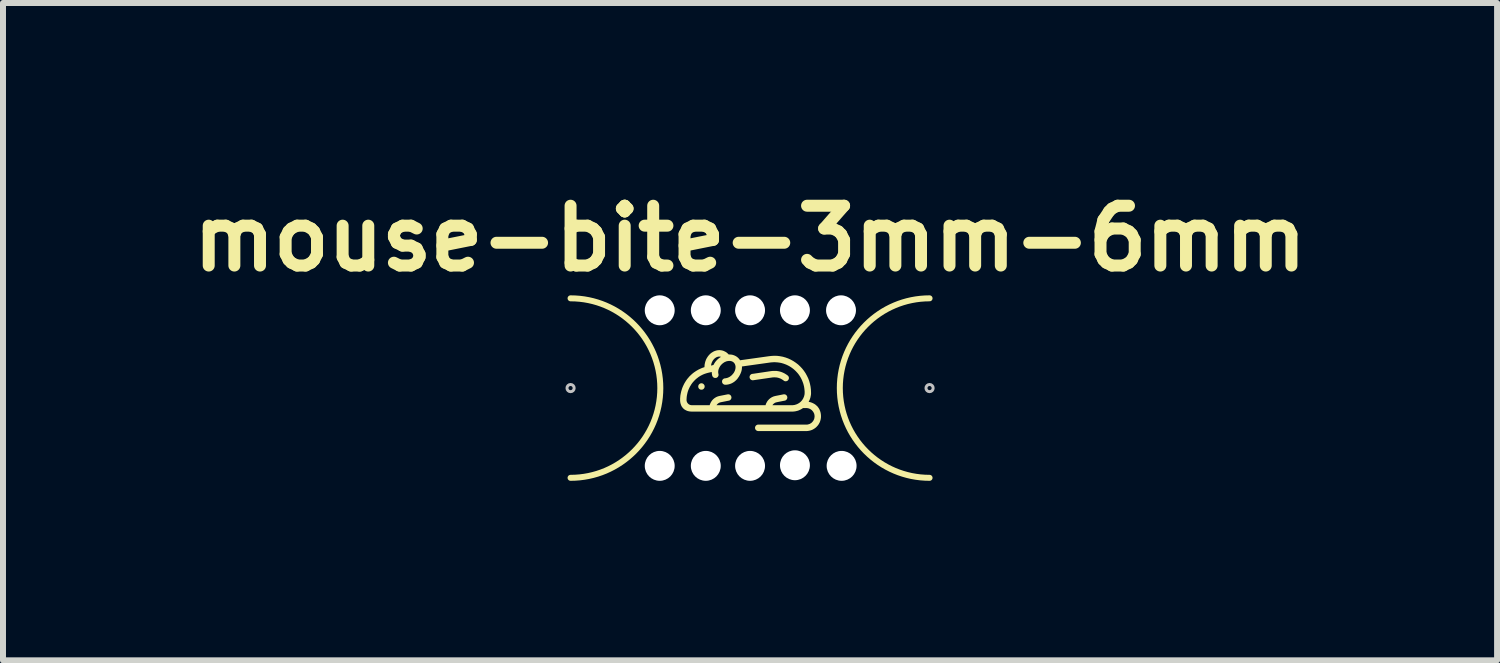
<source format=kicad_pcb>
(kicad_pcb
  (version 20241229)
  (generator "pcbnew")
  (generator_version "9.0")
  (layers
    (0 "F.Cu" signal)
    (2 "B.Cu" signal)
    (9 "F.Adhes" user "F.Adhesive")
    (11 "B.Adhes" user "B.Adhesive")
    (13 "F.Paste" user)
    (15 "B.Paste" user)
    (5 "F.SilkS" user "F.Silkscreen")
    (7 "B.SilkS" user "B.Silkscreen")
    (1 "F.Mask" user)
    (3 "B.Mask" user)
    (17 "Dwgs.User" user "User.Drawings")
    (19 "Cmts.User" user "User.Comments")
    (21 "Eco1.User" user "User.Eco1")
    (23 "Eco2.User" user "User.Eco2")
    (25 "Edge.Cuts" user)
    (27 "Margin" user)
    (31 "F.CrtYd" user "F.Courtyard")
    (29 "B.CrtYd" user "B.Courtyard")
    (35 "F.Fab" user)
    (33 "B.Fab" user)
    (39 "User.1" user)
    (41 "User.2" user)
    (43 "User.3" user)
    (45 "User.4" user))
  (footprint "mouse-bite-3mm-6mm"
    (layer "F.Cu")
    (at 9.486 3.436)
    (property "Reference" "mouse-bite-3mm-6mm" (at 0 -2.5 0) (layer "F.SilkS") (effects (font (size 1 1) (thickness 0.2))))
    (attr through_hole)
    (fp_arc (start -3 -1.5) (mid -1.5 0) (end -3 1.5) (stroke (width 0.1) (type solid)) (layer "F.SilkS"))
    (fp_arc (start 3 1.5) (mid 1.5 0) (end 3 -1.5) (stroke (width 0.1) (type solid)) (layer "F.SilkS"))
    (fp_poly (pts (xy -0.81 -0.08) (xy -0.807 -0.08) (xy -0.805 -0.079) (xy -0.802 -0.079) (xy -0.799 -0.078) (xy -0.797 -0.078) (xy -0.794 -0.077) (xy -0.792 -0.076) (xy -0.789 -0.075) (xy -0.787 -0.074) (xy -0.785 -0.072) (xy -0.783 -0.071) (xy -0.781 -0.069) (xy -0.779 -0.068) (xy -0.777 -0.066) (xy -0.775 -0.064) (xy -0.773 -0.062) (xy -0.771 -0.061) (xy -0.77 -0.058) (xy -0.768 -0.056) (xy -0.767 -0.054) (xy -0.766 -0.052) (xy -0.764 -0.05) (xy -0.763 -0.047) (xy -0.762 -0.045) (xy -0.761 -0.042) (xy -0.761 -0.04) (xy -0.76 -0.037) (xy -0.76 -0.035) (xy -0.759 -0.032) (xy -0.759 -0.029) (xy -0.759 -0.026) (xy -0.759 -0.024) (xy -0.759 -0.021) (xy -0.76 -0.018) (xy -0.76 -0.016) (xy -0.761 -0.013) (xy -0.761 -0.01) (xy -0.762 -0.008) (xy -0.763 -0.005) (xy -0.764 -0.003) (xy -0.766 -0.001) (xy -0.767 0.001) (xy -0.768 0.004) (xy -0.77 0.006) (xy -0.771 0.008) (xy -0.773 0.01) (xy -0.775 0.012) (xy -0.777 0.013) (xy -0.779 0.015) (xy -0.781 0.017) (xy -0.783 0.018) (xy -0.785 0.02) (xy -0.787 0.021) (xy -0.789 0.022) (xy -0.792 0.023) (xy -0.794 0.024) (xy -0.797 0.025) (xy -0.799 0.026) (xy -0.802 0.026) (xy -0.805 0.027) (xy -0.807 0.027) (xy -0.81 0.027) (xy -0.813 0.027) (xy -0.816 0.027) (xy -0.818 0.027) (xy -0.821 0.027) (xy -0.824 0.026) (xy -0.826 0.026) (xy -0.829 0.025) (xy -0.831 0.024) (xy -0.834 0.023) (xy -0.836 0.022) (xy -0.838 0.021) (xy -0.841 0.02) (xy -0.843 0.018) (xy -0.845 0.017) (xy -0.847 0.015) (xy -0.849 0.013) (xy -0.851 0.012) (xy -0.853 0.01) (xy -0.854 0.008) (xy -0.856 0.006) (xy -0.857 0.004) (xy -0.859 0.001) (xy -0.86 -0.001) (xy -0.861 -0.003) (xy -0.862 -0.005) (xy -0.863 -0.008) (xy -0.864 -0.01) (xy -0.865 -0.013) (xy -0.865 -0.016) (xy -0.866 -0.018) (xy -0.866 -0.021) (xy -0.866 -0.024) (xy -0.866 -0.026) (xy -0.866 -0.029) (xy -0.866 -0.032) (xy -0.866 -0.035) (xy -0.865 -0.037) (xy -0.865 -0.04) (xy -0.864 -0.042) (xy -0.863 -0.045) (xy -0.862 -0.047) (xy -0.861 -0.05) (xy -0.86 -0.052) (xy -0.859 -0.054) (xy -0.857 -0.056) (xy -0.856 -0.058) (xy -0.854 -0.061) (xy -0.853 -0.062) (xy -0.851 -0.064) (xy -0.849 -0.066) (xy -0.847 -0.068) (xy -0.845 -0.069) (xy -0.843 -0.071) (xy -0.841 -0.072) (xy -0.838 -0.074) (xy -0.836 -0.075) (xy -0.834 -0.076) (xy -0.831 -0.077) (xy -0.829 -0.078) (xy -0.826 -0.078) (xy -0.824 -0.079) (xy -0.821 -0.079) (xy -0.818 -0.08) (xy -0.816 -0.08) (xy -0.813 -0.08)) (stroke (width -0.000001) (type solid)) (fill yes) (layer "F.SilkS"))
    (fp_poly (pts (xy 0.416 -0.287) (xy 0.426 -0.287) (xy 0.437 -0.286) (xy 0.446 -0.286) (xy 0.456 -0.284) (xy 0.466 -0.283) (xy 0.476 -0.281) (xy 0.485 -0.279) (xy 0.495 -0.277) (xy 0.504 -0.274) (xy 0.513 -0.272) (xy 0.521 -0.269) (xy 0.529 -0.266) (xy 0.537 -0.263) (xy 0.544 -0.26) (xy 0.552 -0.257) (xy 0.559 -0.253) (xy 0.567 -0.249) (xy 0.574 -0.246) (xy 0.581 -0.242) (xy 0.588 -0.238) (xy 0.595 -0.233) (xy 0.602 -0.229) (xy 0.609 -0.224) (xy 0.616 -0.22) (xy 0.622 -0.215) (xy 0.629 -0.21) (xy 0.631 -0.208) (xy 0.633 -0.206) (xy 0.635 -0.204) (xy 0.637 -0.202) (xy 0.638 -0.2) (xy 0.64 -0.198) (xy 0.641 -0.196) (xy 0.642 -0.194) (xy 0.644 -0.191) (xy 0.645 -0.189) (xy 0.646 -0.186) (xy 0.647 -0.184) (xy 0.647 -0.181) (xy 0.648 -0.179) (xy 0.648 -0.176) (xy 0.649 -0.174) (xy 0.649 -0.171) (xy 0.649 -0.169) (xy 0.649 -0.166) (xy 0.649 -0.164) (xy 0.649 -0.161) (xy 0.648 -0.158) (xy 0.648 -0.156) (xy 0.647 -0.153) (xy 0.646 -0.151) (xy 0.645 -0.148) (xy 0.644 -0.146) (xy 0.643 -0.143) (xy 0.642 -0.141) (xy 0.641 -0.139) (xy 0.639 -0.137) (xy 0.637 -0.134) (xy 0.635 -0.132) (xy 0.633 -0.13) (xy 0.631 -0.127) (xy 0.629 -0.125) (xy 0.626 -0.124) (xy 0.624 -0.122) (xy 0.621 -0.12) (xy 0.618 -0.119) (xy 0.616 -0.118) (xy 0.613 -0.117) (xy 0.61 -0.116) (xy 0.607 -0.115) (xy 0.604 -0.115) (xy 0.601 -0.114) (xy 0.598 -0.114) (xy 0.595 -0.114) (xy 0.592 -0.114) (xy 0.589 -0.114) (xy 0.587 -0.114) (xy 0.584 -0.115) (xy 0.582 -0.115) (xy 0.58 -0.116) (xy 0.578 -0.116) (xy 0.576 -0.117) (xy 0.574 -0.118) (xy 0.572 -0.118) (xy 0.571 -0.119) (xy 0.569 -0.12) (xy 0.567 -0.122) (xy 0.565 -0.123) (xy 0.564 -0.124) (xy 0.562 -0.126) (xy 0.557 -0.129) (xy 0.552 -0.133) (xy 0.548 -0.136) (xy 0.543 -0.139) (xy 0.538 -0.142) (xy 0.533 -0.145) (xy 0.528 -0.148) (xy 0.523 -0.151) (xy 0.518 -0.154) (xy 0.513 -0.156) (xy 0.508 -0.159) (xy 0.502 -0.161) (xy 0.497 -0.163) (xy 0.491 -0.165) (xy 0.486 -0.167) (xy 0.48 -0.169) (xy 0.476 -0.17) (xy 0.472 -0.171) (xy 0.468 -0.173) (xy 0.463 -0.174) (xy 0.454 -0.175) (xy 0.446 -0.177) (xy 0.436 -0.178) (xy 0.427 -0.179) (xy 0.418 -0.179) (xy 0.408 -0.18) (xy 0.4 -0.18) (xy 0.393 -0.179) (xy 0.388 -0.179) (xy 0.384 -0.179) (xy 0.381 -0.179) (xy 0.377 -0.178) (xy 0.369 -0.177) (xy 0.053 -0.131) (xy 0.05 -0.131) (xy 0.048 -0.131) (xy 0.045 -0.131) (xy 0.042 -0.131) (xy 0.04 -0.131) (xy 0.037 -0.131) (xy 0.034 -0.132) (xy 0.032 -0.132) (xy 0.029 -0.133) (xy 0.027 -0.134) (xy 0.025 -0.135) (xy 0.022 -0.136) (xy 0.02 -0.137) (xy 0.018 -0.138) (xy 0.015 -0.14) (xy 0.013 -0.141) (xy 0.011 -0.143) (xy 0.009 -0.145) (xy 0.008 -0.146) (xy 0.006 -0.148) (xy 0.004 -0.15) (xy 0.002 -0.152) (xy 0.001 -0.154) (xy -0.00047 -0.157) (xy -0.002 -0.159) (xy -0.003 -0.161) (xy -0.004 -0.164) (xy -0.005 -0.166) (xy -0.006 -0.169) (xy -0.007 -0.171) (xy -0.007 -0.174) (xy -0.008 -0.177) (xy -0.008 -0.179) (xy -0.008 -0.182) (xy -0.008 -0.185) (xy -0.008 -0.188) (xy -0.008 -0.19) (xy -0.008 -0.193) (xy -0.007 -0.195) (xy -0.006 -0.198) (xy -0.006 -0.2) (xy -0.005 -0.203) (xy -0.004 -0.205) (xy -0.003 -0.208) (xy -0.002 -0.21) (xy -0.000368 -0.212) (xy 0.001 -0.214) (xy 0.003 -0.216) (xy 0.004 -0.219) (xy 0.006 -0.22) (xy 0.008 -0.222) (xy 0.009 -0.224) (xy 0.011 -0.226) (xy 0.013 -0.227) (xy 0.016 -0.229) (xy 0.018 -0.23) (xy 0.02 -0.232) (xy 0.022 -0.233) (xy 0.025 -0.234) (xy 0.027 -0.235) (xy 0.03 -0.236) (xy 0.032 -0.236) (xy 0.035 -0.237) (xy 0.038 -0.237) (xy 0.354 -0.284) (xy 0.365 -0.285) (xy 0.375 -0.286) (xy 0.386 -0.287) (xy 0.396 -0.287) (xy 0.406 -0.287)) (stroke (width -0.000001) (type solid)) (fill yes) (layer "F.SilkS"))
    (fp_poly (pts (xy -0.496 -0.633) (xy -0.484 -0.632) (xy -0.475 -0.63) (xy -0.466 -0.628) (xy -0.457 -0.626) (xy -0.448 -0.623) (xy -0.44 -0.62) (xy -0.431 -0.616) (xy -0.423 -0.612) (xy -0.415 -0.608) (xy -0.407 -0.604) (xy -0.399 -0.599) (xy -0.391 -0.593) (xy -0.384 -0.587) (xy -0.377 -0.581) (xy -0.37 -0.575) (xy -0.363 -0.568) (xy -0.357 -0.561) (xy -0.348 -0.562) (xy -0.339 -0.561) (xy -0.33 -0.561) (xy -0.321 -0.56) (xy -0.312 -0.559) (xy -0.304 -0.558) (xy -0.295 -0.556) (xy -0.287 -0.554) (xy -0.279 -0.551) (xy -0.27 -0.549) (xy -0.262 -0.545) (xy -0.255 -0.542) (xy -0.247 -0.538) (xy -0.239 -0.534) (xy -0.232 -0.53) (xy -0.225 -0.525) (xy -0.22 -0.522) (xy -0.216 -0.519) (xy -0.212 -0.516) (xy -0.208 -0.512) (xy -0.204 -0.509) (xy -0.2 -0.505) (xy -0.196 -0.502) (xy -0.193 -0.498) (xy -0.189 -0.494) (xy -0.186 -0.49) (xy -0.182 -0.486) (xy -0.179 -0.482) (xy -0.176 -0.478) (xy -0.173 -0.474) (xy -0.17 -0.469) (xy -0.167 -0.465) (xy 0.319 -0.533) (xy 0.337 -0.535) (xy 0.354 -0.537) (xy 0.372 -0.538) (xy 0.389 -0.539) (xy 0.406 -0.54) (xy 0.423 -0.539) (xy 0.441 -0.539) (xy 0.458 -0.538) (xy 0.475 -0.536) (xy 0.492 -0.534) (xy 0.509 -0.531) (xy 0.525 -0.528) (xy 0.542 -0.525) (xy 0.558 -0.521) (xy 0.574 -0.516) (xy 0.59 -0.512) (xy 0.637 -0.495) (xy 0.682 -0.474) (xy 0.725 -0.45) (xy 0.765 -0.423) (xy 0.803 -0.394) (xy 0.838 -0.361) (xy 0.871 -0.326) (xy 0.9 -0.289) (xy 0.927 -0.249) (xy 0.95 -0.207) (xy 0.971 -0.164) (xy 0.988 -0.119) (xy 1.001 -0.072) (xy 1.011 -0.024) (xy 1.017 0.025) (xy 1.019 0.074) (xy 1.019 0.085) (xy 1.019 0.096) (xy 1.018 0.106) (xy 1.017 0.116) (xy 1.015 0.126) (xy 1.013 0.136) (xy 1.011 0.146) (xy 1.009 0.156) (xy 1.006 0.166) (xy 1.003 0.175) (xy 1 0.185) (xy 0.996 0.194) (xy 0.992 0.203) (xy 0.988 0.212) (xy 0.983 0.221) (xy 0.979 0.23) (xy 1 0.234) (xy 1.021 0.24) (xy 1.041 0.248) (xy 1.06 0.257) (xy 1.069 0.262) (xy 1.078 0.267) (xy 1.087 0.273) (xy 1.095 0.279) (xy 1.103 0.286) (xy 1.111 0.293) (xy 1.119 0.3) (xy 1.126 0.307) (xy 1.133 0.315) (xy 1.139 0.324) (xy 1.145 0.332) (xy 1.151 0.341) (xy 1.156 0.35) (xy 1.161 0.36) (xy 1.165 0.37) (xy 1.169 0.38) (xy 1.173 0.391) (xy 1.176 0.401) (xy 1.179 0.412) (xy 1.181 0.424) (xy 1.183 0.436) (xy 1.184 0.448) (xy 1.185 0.46) (xy 1.185 0.472) (xy 1.185 0.485) (xy 1.184 0.497) (xy 1.182 0.51) (xy 1.18 0.522) (xy 1.177 0.534) (xy 1.174 0.545) (xy 1.17 0.557) (xy 1.166 0.568) (xy 1.161 0.579) (xy 1.155 0.589) (xy 1.15 0.6) (xy 1.143 0.61) (xy 1.136 0.619) (xy 1.129 0.629) (xy 1.121 0.637) (xy 1.113 0.646) (xy 1.105 0.654) (xy 1.096 0.662) (xy 1.086 0.669) (xy 1.077 0.676) (xy 1.067 0.682) (xy 1.057 0.688) (xy 1.046 0.694) (xy 1.035 0.699) (xy 1.024 0.703) (xy 1.013 0.707) (xy 1.001 0.71) (xy 0.989 0.713) (xy 0.977 0.715) (xy 0.965 0.717) (xy 0.952 0.718) (xy 0.94 0.718) (xy 0.137 0.718) (xy 0.134 0.718) (xy 0.131 0.718) (xy 0.129 0.717) (xy 0.126 0.717) (xy 0.123 0.716) (xy 0.121 0.715) (xy 0.118 0.715) (xy 0.116 0.714) (xy 0.114 0.713) (xy 0.111 0.711) (xy 0.109 0.71) (xy 0.107 0.709) (xy 0.105 0.707) (xy 0.103 0.706) (xy 0.101 0.704) (xy 0.099 0.702) (xy 0.097 0.7) (xy 0.095 0.698) (xy 0.094 0.696) (xy 0.092 0.694) (xy 0.091 0.692) (xy 0.09 0.69) (xy 0.088 0.687) (xy 0.087 0.685) (xy 0.086 0.683) (xy 0.086 0.68) (xy 0.085 0.678) (xy 0.084 0.675) (xy 0.084 0.672) (xy 0.083 0.67) (xy 0.083 0.667) (xy 0.083 0.664) (xy 0.083 0.661) (xy 0.083 0.659) (xy 0.084 0.656) (xy 0.084 0.653) (xy 0.085 0.651) (xy 0.086 0.648) (xy 0.086 0.646) (xy 0.087 0.643) (xy 0.088 0.641) (xy 0.09 0.639) (xy 0.091 0.636) (xy 0.092 0.634) (xy 0.094 0.632) (xy 0.095 0.63) (xy 0.097 0.628) (xy 0.099 0.626) (xy 0.101 0.624) (xy 0.103 0.623) (xy 0.105 0.621) (xy 0.107 0.62) (xy 0.109 0.618) (xy 0.111 0.617) (xy 0.114 0.616) (xy 0.116 0.615) (xy 0.118 0.614) (xy 0.121 0.613) (xy 0.123 0.612) (xy 0.126 0.612) (xy 0.129 0.611) (xy 0.131 0.611) (xy 0.134 0.611) (xy 0.137 0.61) (xy 0.94 0.61) (xy 0.947 0.61) (xy 0.954 0.61) (xy 0.961 0.609) (xy 0.968 0.608) (xy 0.974 0.606) (xy 0.981 0.604) (xy 0.987 0.602) (xy 0.994 0.6) (xy 1 0.597) (xy 1.006 0.594) (xy 1.011 0.59) (xy 1.017 0.587) (xy 1.022 0.583) (xy 1.028 0.579) (xy 1.033 0.575) (xy 1.037 0.57) (xy 1.042 0.565) (xy 1.046 0.56) (xy 1.05 0.555) (xy 1.054 0.55) (xy 1.058 0.544) (xy 1.061 0.538) (xy 1.064 0.532) (xy 1.067 0.526) (xy 1.07 0.52) (xy 1.072 0.513) (xy 1.074 0.507) (xy 1.075 0.5) (xy 1.076 0.493) (xy 1.077 0.486) (xy 1.078 0.479) (xy 1.078 0.472) (xy 1.078 0.465) (xy 1.077 0.458) (xy 1.076 0.451) (xy 1.075 0.445) (xy 1.074 0.438) (xy 1.072 0.431) (xy 1.07 0.425) (xy 1.067 0.419) (xy 1.064 0.413) (xy 1.061 0.407) (xy 1.058 0.401) (xy 1.054 0.395) (xy 1.05 0.39) (xy 1.046 0.385) (xy 1.042 0.38) (xy 1.037 0.375) (xy 1.033 0.37) (xy 1.028 0.366) (xy 1.022 0.362) (xy 1.017 0.358) (xy 1.011 0.354) (xy 1.006 0.351) (xy 1 0.348) (xy 0.994 0.345) (xy 0.987 0.343) (xy 0.981 0.34) (xy 0.974 0.339) (xy 0.968 0.337) (xy 0.961 0.336) (xy 0.954 0.335) (xy 0.947 0.334) (xy 0.94 0.334) (xy 0.885 0.334) (xy 0.875 0.341) (xy 0.865 0.347) (xy 0.855 0.353) (xy 0.844 0.359) (xy 0.833 0.364) (xy 0.822 0.369) (xy 0.811 0.374) (xy 0.799 0.378) (xy 0.788 0.381) (xy 0.776 0.384) (xy 0.764 0.387) (xy 0.752 0.389) (xy 0.739 0.391) (xy 0.727 0.392) (xy 0.714 0.393) (xy 0.701 0.393) (xy -0.975 0.393) (xy -0.995 0.392) (xy -1.004 0.391) (xy -1.014 0.39) (xy -1.023 0.388) (xy -1.032 0.386) (xy -1.041 0.384) (xy -1.05 0.381) (xy -1.059 0.377) (xy -1.067 0.374) (xy -1.075 0.37) (xy -1.083 0.365) (xy -1.091 0.361) (xy -1.098 0.356) (xy -1.105 0.35) (xy -1.112 0.344) (xy -1.119 0.338) (xy -1.125 0.331) (xy -1.13 0.324) (xy -1.136 0.317) (xy -1.141 0.309) (xy -1.146 0.301) (xy -1.15 0.292) (xy -1.154 0.283) (xy -1.157 0.274) (xy -1.16 0.264) (xy -1.163 0.254) (xy -1.165 0.244) (xy -1.167 0.233) (xy -1.168 0.222) (xy -1.169 0.21) (xy -1.169 0.199) (xy -1.062 0.199) (xy -1.062 0.203) (xy -1.061 0.208) (xy -1.061 0.212) (xy -1.06 0.216) (xy -1.059 0.22) (xy -1.058 0.225) (xy -1.056 0.229) (xy -1.055 0.233) (xy -1.053 0.236) (xy -1.051 0.24) (xy -1.049 0.244) (xy -1.047 0.247) (xy -1.044 0.251) (xy -1.042 0.254) (xy -1.039 0.257) (xy -1.036 0.26) (xy -1.033 0.263) (xy -1.03 0.266) (xy -1.027 0.269) (xy -1.023 0.271) (xy -1.02 0.273) (xy -1.016 0.275) (xy -1.012 0.277) (xy -1.008 0.279) (xy -1.005 0.281) (xy -1.001 0.282) (xy -0.996 0.283) (xy -0.992 0.284) (xy -0.988 0.285) (xy -0.984 0.285) (xy -0.979 0.286) (xy -0.975 0.286) (xy -0.675 0.286) (xy -0.671 0.272) (xy -0.665 0.258) (xy -0.659 0.245) (xy -0.652 0.232) (xy -0.644 0.22) (xy -0.636 0.208) (xy -0.626 0.197) (xy -0.616 0.186) (xy -0.605 0.177) (xy -0.594 0.168) (xy -0.581 0.16) (xy -0.569 0.152) (xy -0.555 0.146) (xy -0.541 0.14) (xy -0.527 0.136) (xy -0.512 0.132) (xy -0.376 0.105) (xy -0.373 0.104) (xy -0.37 0.104) (xy -0.368 0.104) (xy -0.365 0.104) (xy -0.362 0.104) (xy -0.36 0.104) (xy -0.357 0.104) (xy -0.354 0.105) (xy -0.352 0.105) (xy -0.349 0.106) (xy -0.347 0.107) (xy -0.344 0.108) (xy -0.342 0.109) (xy -0.34 0.11) (xy -0.338 0.111) (xy -0.335 0.113) (xy -0.333 0.114) (xy -0.331 0.116) (xy -0.329 0.118) (xy -0.327 0.119) (xy -0.326 0.121) (xy -0.324 0.123) (xy -0.322 0.125) (xy -0.321 0.127) (xy -0.319 0.129) (xy -0.318 0.132) (xy -0.317 0.134) (xy -0.316 0.137) (xy -0.315 0.139) (xy -0.314 0.142) (xy -0.313 0.144) (xy -0.312 0.147) (xy -0.312 0.15) (xy -0.312 0.152) (xy -0.311 0.155) (xy -0.311 0.158) (xy -0.311 0.16) (xy -0.312 0.163) (xy -0.312 0.166) (xy -0.312 0.168) (xy -0.313 0.171) (xy -0.314 0.173) (xy -0.315 0.176) (xy -0.316 0.178) (xy -0.317 0.181) (xy -0.318 0.183) (xy -0.319 0.185) (xy -0.32 0.187) (xy -0.322 0.189) (xy -0.323 0.191) (xy -0.325 0.193) (xy -0.327 0.195) (xy -0.329 0.197) (xy -0.331 0.199) (xy -0.333 0.2) (xy -0.335 0.202) (xy -0.337 0.203) (xy -0.339 0.205) (xy -0.342 0.206) (xy -0.344 0.207) (xy -0.347 0.208) (xy -0.349 0.209) (xy -0.352 0.21) (xy -0.355 0.21) (xy -0.491 0.237) (xy -0.496 0.239) (xy -0.502 0.24) (xy -0.507 0.242) (xy -0.512 0.244) (xy -0.517 0.246) (xy -0.522 0.249) (xy -0.526 0.252) (xy -0.531 0.255) (xy -0.535 0.258) (xy -0.539 0.261) (xy -0.543 0.265) (xy -0.547 0.269) (xy -0.55 0.273) (xy -0.554 0.277) (xy -0.557 0.281) (xy -0.56 0.286) (xy 0.259 0.286) (xy 0.263 0.272) (xy 0.268 0.258) (xy 0.275 0.245) (xy 0.282 0.232) (xy 0.289 0.22) (xy 0.298 0.208) (xy 0.308 0.197) (xy 0.318 0.186) (xy 0.329 0.177) (xy 0.34 0.168) (xy 0.353 0.16) (xy 0.365 0.152) (xy 0.379 0.146) (xy 0.393 0.14) (xy 0.407 0.136) (xy 0.422 0.132) (xy 0.558 0.105) (xy 0.561 0.104) (xy 0.564 0.104) (xy 0.566 0.104) (xy 0.569 0.104) (xy 0.572 0.104) (xy 0.574 0.104) (xy 0.577 0.104) (xy 0.58 0.105) (xy 0.582 0.105) (xy 0.585 0.106) (xy 0.587 0.107) (xy 0.59 0.108) (xy 0.592 0.109) (xy 0.594 0.11) (xy 0.596 0.111) (xy 0.599 0.113) (xy 0.601 0.114) (xy 0.603 0.116) (xy 0.605 0.118) (xy 0.607 0.119) (xy 0.608 0.121) (xy 0.61 0.123) (xy 0.612 0.125) (xy 0.613 0.127) (xy 0.615 0.129) (xy 0.616 0.132) (xy 0.617 0.134) (xy 0.618 0.137) (xy 0.619 0.139) (xy 0.62 0.142) (xy 0.621 0.144) (xy 0.622 0.147) (xy 0.622 0.15) (xy 0.622 0.152) (xy 0.623 0.155) (xy 0.623 0.158) (xy 0.623 0.16) (xy 0.622 0.163) (xy 0.622 0.166) (xy 0.622 0.168) (xy 0.621 0.171) (xy 0.62 0.173) (xy 0.619 0.176) (xy 0.618 0.178) (xy 0.617 0.181) (xy 0.616 0.183) (xy 0.615 0.185) (xy 0.614 0.187) (xy 0.612 0.189) (xy 0.611 0.191) (xy 0.609 0.193) (xy 0.607 0.195) (xy 0.605 0.197) (xy 0.603 0.199) (xy 0.601 0.2) (xy 0.599 0.202) (xy 0.597 0.203) (xy 0.595 0.205) (xy 0.592 0.206) (xy 0.59 0.207) (xy 0.587 0.208) (xy 0.585 0.209) (xy 0.582 0.21) (xy 0.579 0.21) (xy 0.443 0.237) (xy 0.438 0.239) (xy 0.432 0.24) (xy 0.427 0.242) (xy 0.422 0.244) (xy 0.417 0.246) (xy 0.412 0.249) (xy 0.408 0.252) (xy 0.403 0.255) (xy 0.399 0.258) (xy 0.395 0.261) (xy 0.391 0.265) (xy 0.387 0.269) (xy 0.384 0.273) (xy 0.38 0.277) (xy 0.377 0.281) (xy 0.374 0.286) (xy 0.701 0.286) (xy 0.701 0.286) (xy 0.712 0.286) (xy 0.723 0.285) (xy 0.733 0.283) (xy 0.744 0.282) (xy 0.754 0.279) (xy 0.764 0.276) (xy 0.774 0.273) (xy 0.783 0.269) (xy 0.792 0.265) (xy 0.802 0.26) (xy 0.81 0.255) (xy 0.819 0.25) (xy 0.827 0.244) (xy 0.835 0.238) (xy 0.843 0.231) (xy 0.85 0.224) (xy 0.857 0.217) (xy 0.864 0.209) (xy 0.87 0.201) (xy 0.876 0.193) (xy 0.881 0.184) (xy 0.887 0.175) (xy 0.891 0.166) (xy 0.895 0.157) (xy 0.899 0.147) (xy 0.903 0.138) (xy 0.905 0.128) (xy 0.908 0.117) (xy 0.91 0.107) (xy 0.911 0.096) (xy 0.912 0.086) (xy 0.912 0.075) (xy 0.912 0.054) (xy 0.91 0.034) (xy 0.908 0.013) (xy 0.905 -0.007) (xy 0.902 -0.027) (xy 0.897 -0.046) (xy 0.892 -0.066) (xy 0.886 -0.085) (xy 0.879 -0.103) (xy 0.872 -0.122) (xy 0.864 -0.14) (xy 0.855 -0.158) (xy 0.846 -0.175) (xy 0.836 -0.192) (xy 0.825 -0.209) (xy 0.814 -0.225) (xy 0.802 -0.241) (xy 0.789 -0.256) (xy 0.776 -0.27) (xy 0.762 -0.285) (xy 0.748 -0.298) (xy 0.733 -0.312) (xy 0.718 -0.324) (xy 0.702 -0.336) (xy 0.685 -0.348) (xy 0.669 -0.358) (xy 0.651 -0.369) (xy 0.633 -0.378) (xy 0.615 -0.387) (xy 0.596 -0.395) (xy 0.577 -0.402) (xy 0.558 -0.409) (xy 0.544 -0.413) (xy 0.531 -0.417) (xy 0.518 -0.42) (xy 0.504 -0.423) (xy 0.491 -0.425) (xy 0.477 -0.427) (xy 0.463 -0.429) (xy 0.449 -0.43) (xy 0.435 -0.431) (xy 0.42 -0.432) (xy 0.406 -0.432) (xy 0.392 -0.432) (xy 0.378 -0.431) (xy 0.363 -0.43) (xy 0.349 -0.429) (xy 0.334 -0.427) (xy -0.136 -0.361) (xy -0.135 -0.349) (xy -0.136 -0.337) (xy -0.137 -0.325) (xy -0.138 -0.313) (xy -0.14 -0.301) (xy -0.143 -0.29) (xy -0.146 -0.278) (xy -0.15 -0.266) (xy -0.155 -0.254) (xy -0.159 -0.243) (xy -0.165 -0.231) (xy -0.17 -0.22) (xy -0.177 -0.208) (xy -0.183 -0.197) (xy -0.19 -0.186) (xy -0.198 -0.175) (xy -0.205 -0.164) (xy -0.213 -0.154) (xy -0.221 -0.145) (xy -0.229 -0.136) (xy -0.237 -0.128) (xy -0.246 -0.121) (xy -0.254 -0.114) (xy -0.262 -0.107) (xy -0.27 -0.101) (xy -0.279 -0.096) (xy -0.287 -0.091) (xy -0.295 -0.086) (xy -0.303 -0.082) (xy -0.311 -0.078) (xy -0.319 -0.075) (xy -0.326 -0.072) (xy -0.341 -0.067) (xy -0.355 -0.063) (xy -0.369 -0.06) (xy -0.381 -0.058) (xy -0.391 -0.057) (xy -0.401 -0.056) (xy -0.415 -0.056) (xy -0.417 -0.056) (xy -0.42 -0.056) (xy -0.423 -0.056) (xy -0.425 -0.057) (xy -0.427 -0.057) (xy -0.43 -0.058) (xy -0.432 -0.059) (xy -0.435 -0.06) (xy -0.437 -0.061) (xy -0.439 -0.062) (xy -0.441 -0.063) (xy -0.443 -0.064) (xy -0.445 -0.065) (xy -0.447 -0.067) (xy -0.449 -0.068) (xy -0.451 -0.07) (xy -0.453 -0.072) (xy -0.455 -0.074) (xy -0.456 -0.076) (xy -0.458 -0.077) (xy -0.459 -0.079) (xy -0.461 -0.082) (xy -0.462 -0.084) (xy -0.463 -0.086) (xy -0.464 -0.088) (xy -0.465 -0.091) (xy -0.466 -0.093) (xy -0.467 -0.095) (xy -0.467 -0.098) (xy -0.468 -0.101) (xy -0.468 -0.103) (xy -0.468 -0.106) (xy -0.468 -0.108) (xy -0.468 -0.111) (xy -0.468 -0.114) (xy -0.468 -0.117) (xy -0.468 -0.119) (xy -0.467 -0.122) (xy -0.466 -0.124) (xy -0.466 -0.127) (xy -0.465 -0.129) (xy -0.464 -0.132) (xy -0.463 -0.134) (xy -0.461 -0.136) (xy -0.46 -0.139) (xy -0.458 -0.141) (xy -0.457 -0.143) (xy -0.455 -0.145) (xy -0.454 -0.147) (xy -0.452 -0.148) (xy -0.45 -0.15) (xy -0.448 -0.152) (xy -0.446 -0.153) (xy -0.444 -0.155) (xy -0.441 -0.156) (xy -0.439 -0.157) (xy -0.437 -0.159) (xy -0.434 -0.16) (xy -0.432 -0.161) (xy -0.429 -0.161) (xy -0.427 -0.162) (xy -0.424 -0.162) (xy -0.421 -0.163) (xy -0.419 -0.163) (xy -0.409 -0.164) (xy -0.4 -0.166) (xy -0.39 -0.168) (xy -0.381 -0.17) (xy -0.372 -0.174) (xy -0.363 -0.177) (xy -0.354 -0.182) (xy -0.345 -0.186) (xy -0.336 -0.192) (xy -0.328 -0.197) (xy -0.32 -0.204) (xy -0.312 -0.21) (xy -0.304 -0.217) (xy -0.297 -0.225) (xy -0.29 -0.233) (xy -0.283 -0.241) (xy -0.277 -0.249) (xy -0.272 -0.256) (xy -0.267 -0.264) (xy -0.263 -0.272) (xy -0.259 -0.28) (xy -0.255 -0.288) (xy -0.252 -0.297) (xy -0.25 -0.305) (xy -0.247 -0.313) (xy -0.246 -0.321) (xy -0.244 -0.329) (xy -0.243 -0.338) (xy -0.243 -0.346) (xy -0.243 -0.354) (xy -0.243 -0.362) (xy -0.244 -0.37) (xy -0.245 -0.374) (xy -0.246 -0.378) (xy -0.247 -0.382) (xy -0.248 -0.386) (xy -0.25 -0.39) (xy -0.251 -0.395) (xy -0.253 -0.399) (xy -0.255 -0.404) (xy -0.258 -0.408) (xy -0.261 -0.412) (xy -0.264 -0.417) (xy -0.267 -0.421) (xy -0.271 -0.425) (xy -0.273 -0.427) (xy -0.275 -0.429) (xy -0.278 -0.431) (xy -0.28 -0.433) (xy -0.282 -0.435) (xy -0.285 -0.436) (xy -0.29 -0.44) (xy -0.296 -0.443) (xy -0.302 -0.446) (xy -0.308 -0.448) (xy -0.314 -0.45) (xy -0.321 -0.451) (xy -0.327 -0.453) (xy -0.334 -0.454) (xy -0.341 -0.454) (xy -0.347 -0.454) (xy -0.354 -0.454) (xy -0.361 -0.453) (xy -0.368 -0.452) (xy -0.375 -0.451) (xy -0.382 -0.45) (xy -0.39 -0.448) (xy -0.397 -0.446) (xy -0.404 -0.443) (xy -0.411 -0.44) (xy -0.418 -0.437) (xy -0.425 -0.434) (xy -0.432 -0.43) (xy -0.438 -0.426) (xy -0.445 -0.421) (xy -0.451 -0.417) (xy -0.458 -0.412) (xy -0.464 -0.406) (xy -0.47 -0.401) (xy -0.476 -0.395) (xy -0.482 -0.389) (xy -0.487 -0.383) (xy -0.493 -0.376) (xy -0.499 -0.368) (xy -0.504 -0.359) (xy -0.509 -0.351) (xy -0.514 -0.342) (xy -0.518 -0.333) (xy -0.522 -0.324) (xy -0.525 -0.315) (xy -0.528 -0.306) (xy -0.53 -0.297) (xy -0.531 -0.288) (xy -0.532 -0.279) (xy -0.533 -0.27) (xy -0.532 -0.261) (xy -0.532 -0.253) (xy -0.53 -0.244) (xy -0.529 -0.236) (xy -0.528 -0.233) (xy -0.527 -0.231) (xy -0.527 -0.228) (xy -0.527 -0.225) (xy -0.527 -0.222) (xy -0.527 -0.22) (xy -0.527 -0.217) (xy -0.527 -0.215) (xy -0.528 -0.212) (xy -0.528 -0.209) (xy -0.529 -0.207) (xy -0.53 -0.204) (xy -0.531 -0.202) (xy -0.532 -0.2) (xy -0.533 -0.197) (xy -0.534 -0.195) (xy -0.535 -0.193) (xy -0.537 -0.191) (xy -0.538 -0.189) (xy -0.54 -0.187) (xy -0.542 -0.185) (xy -0.544 -0.183) (xy -0.546 -0.181) (xy -0.548 -0.18) (xy -0.55 -0.178) (xy -0.552 -0.177) (xy -0.554 -0.175) (xy -0.557 -0.174) (xy -0.559 -0.173) (xy -0.562 -0.172) (xy -0.564 -0.171) (xy -0.567 -0.17) (xy -0.57 -0.17) (xy -0.572 -0.169) (xy -0.575 -0.169) (xy -0.578 -0.169) (xy -0.58 -0.169) (xy -0.583 -0.169) (xy -0.586 -0.169) (xy -0.588 -0.169) (xy -0.591 -0.17) (xy -0.593 -0.17) (xy -0.596 -0.171) (xy -0.598 -0.172) (xy -0.601 -0.173) (xy -0.603 -0.174) (xy -0.606 -0.175) (xy -0.608 -0.176) (xy -0.61 -0.177) (xy -0.612 -0.179) (xy -0.614 -0.18) (xy -0.616 -0.182) (xy -0.618 -0.184) (xy -0.62 -0.186) (xy -0.622 -0.188) (xy -0.623 -0.19) (xy -0.625 -0.192) (xy -0.626 -0.194) (xy -0.628 -0.196) (xy -0.629 -0.199) (xy -0.63 -0.201) (xy -0.631 -0.203) (xy -0.632 -0.206) (xy -0.633 -0.209) (xy -0.634 -0.216) (xy -0.636 -0.223) (xy -0.637 -0.231) (xy -0.638 -0.239) (xy -0.639 -0.246) (xy -0.64 -0.254) (xy -0.64 -0.262) (xy -0.64 -0.269) (xy -0.702 -0.255) (xy -0.721 -0.25) (xy -0.74 -0.244) (xy -0.758 -0.238) (xy -0.776 -0.231) (xy -0.794 -0.223) (xy -0.812 -0.214) (xy -0.829 -0.205) (xy -0.845 -0.195) (xy -0.862 -0.184) (xy -0.877 -0.172) (xy -0.893 -0.16) (xy -0.907 -0.148) (xy -0.922 -0.134) (xy -0.935 -0.12) (xy -0.948 -0.106) (xy -0.961 -0.091) (xy -0.973 -0.075) (xy -0.984 -0.059) (xy -0.994 -0.042) (xy -1.004 -0.026) (xy -1.013 -0.008) (xy -1.021 0.009) (xy -1.029 0.027) (xy -1.036 0.046) (xy -1.042 0.064) (xy -1.047 0.083) (xy -1.051 0.102) (xy -1.055 0.121) (xy -1.058 0.14) (xy -1.06 0.16) (xy -1.061 0.179) (xy -1.062 0.199) (xy -1.169 0.199) (xy -1.169 0.199) (xy -1.169 0.174) (xy -1.167 0.15) (xy -1.165 0.126) (xy -1.161 0.103) (xy -1.156 0.079) (xy -1.151 0.056) (xy -1.144 0.033) (xy -1.137 0.01) (xy -1.129 -0.012) (xy -1.119 -0.035) (xy -1.109 -0.056) (xy -1.098 -0.078) (xy -1.086 -0.098) (xy -1.073 -0.119) (xy -1.06 -0.138) (xy -1.045 -0.158) (xy -1.031 -0.174) (xy -1.017 -0.191) (xy -1.002 -0.206) (xy -0.986 -0.221) (xy -0.97 -0.236) (xy -0.953 -0.25) (xy -0.936 -0.263) (xy -0.918 -0.275) (xy -0.9 -0.287) (xy -0.881 -0.298) (xy -0.862 -0.309) (xy -0.843 -0.318) (xy -0.823 -0.327) (xy -0.803 -0.336) (xy -0.783 -0.343) (xy -0.762 -0.35) (xy -0.762 -0.356) (xy -0.762 -0.362) (xy -0.761 -0.369) (xy -0.761 -0.375) (xy -0.761 -0.376) (xy -0.653 -0.376) (xy -0.612 -0.386) (xy -0.608 -0.393) (xy -0.605 -0.4) (xy -0.601 -0.407) (xy -0.596 -0.414) (xy -0.592 -0.421) (xy -0.587 -0.428) (xy -0.583 -0.435) (xy -0.578 -0.441) (xy -0.573 -0.447) (xy -0.568 -0.453) (xy -0.563 -0.459) (xy -0.557 -0.465) (xy -0.552 -0.47) (xy -0.547 -0.476) (xy -0.541 -0.481) (xy -0.535 -0.486) (xy -0.529 -0.491) (xy -0.524 -0.496) (xy -0.517 -0.501) (xy -0.511 -0.505) (xy -0.505 -0.51) (xy -0.499 -0.514) (xy -0.492 -0.518) (xy -0.486 -0.522) (xy -0.488 -0.522) (xy -0.489 -0.523) (xy -0.491 -0.523) (xy -0.493 -0.524) (xy -0.494 -0.524) (xy -0.496 -0.525) (xy -0.498 -0.525) (xy -0.5 -0.525) (xy -0.506 -0.526) (xy -0.513 -0.526) (xy -0.519 -0.526) (xy -0.526 -0.526) (xy -0.532 -0.525) (xy -0.538 -0.523) (xy -0.544 -0.522) (xy -0.551 -0.52) (xy -0.557 -0.517) (xy -0.563 -0.515) (xy -0.569 -0.511) (xy -0.574 -0.508) (xy -0.58 -0.504) (xy -0.586 -0.5) (xy -0.591 -0.496) (xy -0.596 -0.491) (xy -0.601 -0.486) (xy -0.606 -0.481) (xy -0.611 -0.475) (xy -0.615 -0.47) (xy -0.62 -0.464) (xy -0.624 -0.457) (xy -0.628 -0.451) (xy -0.631 -0.444) (xy -0.635 -0.437) (xy -0.638 -0.43) (xy -0.641 -0.423) (xy -0.644 -0.415) (xy -0.646 -0.407) (xy -0.648 -0.399) (xy -0.65 -0.391) (xy -0.652 -0.383) (xy -0.652 -0.381) (xy -0.652 -0.38) (xy -0.652 -0.38) (xy -0.652 -0.379) (xy -0.653 -0.378) (xy -0.653 -0.377) (xy -0.653 -0.377) (xy -0.653 -0.377) (xy -0.653 -0.376) (xy -0.761 -0.376) (xy -0.76 -0.381) (xy -0.76 -0.388) (xy -0.759 -0.394) (xy -0.758 -0.401) (xy -0.755 -0.414) (xy -0.752 -0.428) (xy -0.749 -0.441) (xy -0.744 -0.453) (xy -0.74 -0.466) (xy -0.735 -0.478) (xy -0.729 -0.49) (xy -0.723 -0.501) (xy -0.716 -0.512) (xy -0.709 -0.523) (xy -0.702 -0.533) (xy -0.694 -0.543) (xy -0.686 -0.552) (xy -0.678 -0.561) (xy -0.669 -0.57) (xy -0.66 -0.578) (xy -0.65 -0.586) (xy -0.64 -0.593) (xy -0.63 -0.599) (xy -0.62 -0.605) (xy -0.61 -0.611) (xy -0.599 -0.616) (xy -0.588 -0.62) (xy -0.577 -0.624) (xy -0.566 -0.627) (xy -0.555 -0.63) (xy -0.543 -0.632) (xy -0.531 -0.633) (xy -0.52 -0.634) (xy -0.508 -0.634)) (stroke (width -0.000001) (type solid)) (fill yes) (layer "F.SilkS"))
    (fp_circle (center -3 0) (end -3 -0.06) (stroke (width 0.05) (type solid)) (fill no) (layer "Dwgs.User"))
    (fp_circle (center 3 0) (end 3.06 0) (stroke (width 0.05) (type solid)) (fill no) (layer "Dwgs.User"))
    (pad "" np_thru_hole circle (at -1.51 -1.3) (size 0.5 0.5) (drill 0.5) (layers "*.Cu" "*.Mask"))
    (pad "" np_thru_hole circle (at -1.51 1.3) (size 0.5 0.5) (drill 0.5) (layers "*.Cu" "*.Mask"))
    (pad "" np_thru_hole circle (at -0.74 -1.3) (size 0.5 0.5) (drill 0.5) (layers "*.Cu" "*.Mask"))
    (pad "" np_thru_hole circle (at -0.74 1.3) (size 0.5 0.5) (drill 0.5) (layers "*.Cu" "*.Mask"))
    (pad "" np_thru_hole circle (at 0 -1.3) (size 0.5 0.5) (drill 0.5) (layers "*.Cu" "*.Mask"))
    (pad "" np_thru_hole circle (at 0 1.3) (size 0.5 0.5) (drill 0.5) (layers "*.Cu" "*.Mask"))
    (pad "" np_thru_hole circle (at 0.75 -1.3) (size 0.5 0.5) (drill 0.5) (layers "*.Cu" "*.Mask"))
    (pad "" np_thru_hole circle (at 0.75 1.29) (size 0.5 0.5) (drill 0.5) (layers "*.Cu" "*.Mask"))
    (pad "" np_thru_hole circle (at 1.52 -1.3) (size 0.5 0.5) (drill 0.5) (layers "*.Cu" "*.Mask"))
    (pad "" np_thru_hole circle (at 1.53 1.3) (size 0.5 0.5) (drill 0.5) (layers "*.Cu" "*.Mask")))
  (gr_rect
    (start -3 -3)
    (end 21.971 7.986)
    (stroke (width 0.1) (type default))
    (fill no)
    (layer "Edge.Cuts")))
</source>
